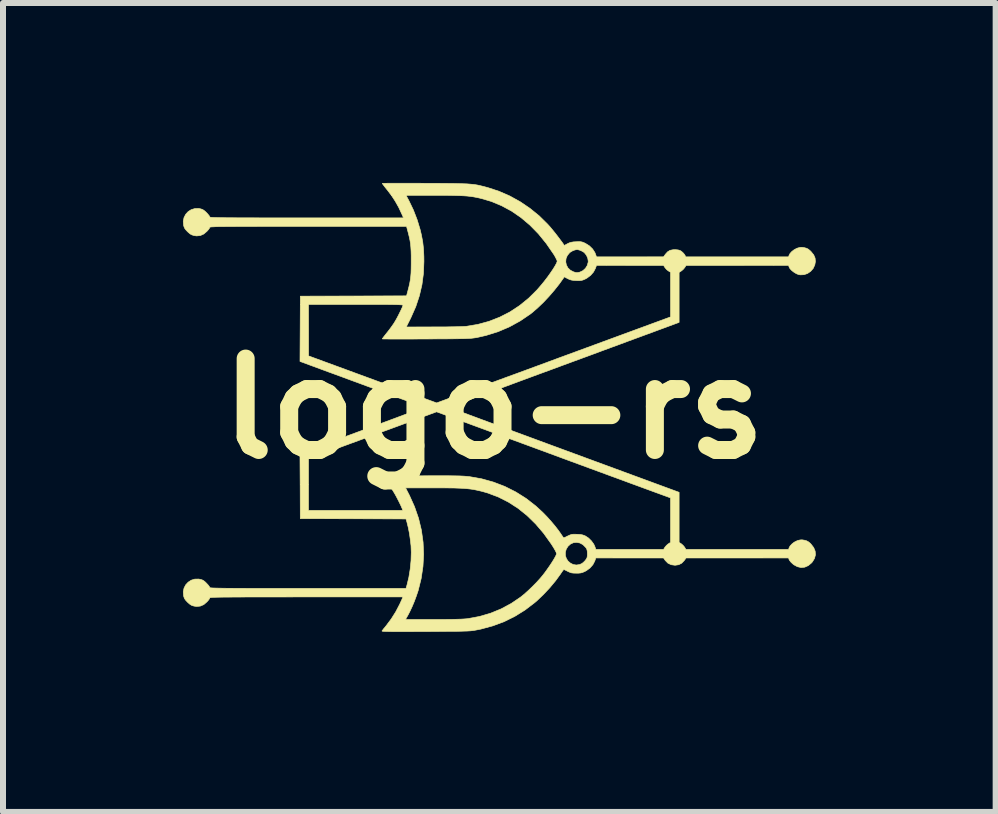
<source format=kicad_pcb>
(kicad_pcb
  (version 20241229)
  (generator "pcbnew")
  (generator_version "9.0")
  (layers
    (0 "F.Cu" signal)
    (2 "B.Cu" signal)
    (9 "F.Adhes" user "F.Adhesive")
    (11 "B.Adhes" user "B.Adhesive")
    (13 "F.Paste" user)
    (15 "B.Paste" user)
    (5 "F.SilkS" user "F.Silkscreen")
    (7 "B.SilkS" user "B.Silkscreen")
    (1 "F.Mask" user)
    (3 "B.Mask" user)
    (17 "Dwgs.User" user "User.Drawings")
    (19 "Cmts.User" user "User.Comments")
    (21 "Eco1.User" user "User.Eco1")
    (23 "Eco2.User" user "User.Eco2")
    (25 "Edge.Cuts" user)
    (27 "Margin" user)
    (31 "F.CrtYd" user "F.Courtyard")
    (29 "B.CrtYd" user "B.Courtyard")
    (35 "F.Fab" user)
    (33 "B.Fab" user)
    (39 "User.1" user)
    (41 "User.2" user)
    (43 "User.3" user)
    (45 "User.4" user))
  (footprint "logo-rs"
    (layer "F.Cu")
    (at 5.182 3.762)
    (property "Reference" "logo-rs" (at 0 0 0) (layer "F.SilkS") (effects (font (size 1.524 1.524) (thickness 0.3))))
    (attr through_hole)
    (fp_poly (pts (xy -1.454 -3.757) (xy -1.347 -3.757) (xy -1.232 -3.757) (xy -1.135 -3.756) (xy -0.991 -3.756) (xy -0.865 -3.755) (xy -0.755 -3.754) (xy -0.661 -3.753) (xy -0.58 -3.751) (xy -0.511 -3.749) (xy -0.451 -3.747) (xy -0.4 -3.743) (xy -0.355 -3.739) (xy -0.314 -3.734) (xy -0.276 -3.728) (xy -0.239 -3.72) (xy -0.202 -3.711) (xy -0.161 -3.701) (xy -0.117 -3.689) (xy -0.095 -3.683) (xy 0.087 -3.623) (xy 0.266 -3.545) (xy 0.438 -3.45) (xy 0.602 -3.339) (xy 0.755 -3.215) (xy 0.894 -3.078) (xy 0.935 -3.033) (xy 0.974 -2.986) (xy 1.019 -2.931) (xy 1.064 -2.873) (xy 1.106 -2.817) (xy 1.142 -2.769) (xy 1.159 -2.744) (xy 1.174 -2.72) (xy 1.23 -2.75) (xy 1.262 -2.765) (xy 1.294 -2.774) (xy 1.331 -2.78) (xy 1.375 -2.782) (xy 1.42 -2.784) (xy 1.452 -2.782) (xy 1.478 -2.776) (xy 1.506 -2.765) (xy 1.529 -2.754) (xy 1.594 -2.713) (xy 1.647 -2.661) (xy 1.685 -2.602) (xy 1.694 -2.579) (xy 1.712 -2.53) (xy 2.271 -2.53) (xy 2.83 -2.531) (xy 2.86 -2.573) (xy 2.897 -2.614) (xy 2.938 -2.639) (xy 2.988 -2.649) (xy 3.029 -2.65) (xy 3.071 -2.646) (xy 3.101 -2.638) (xy 3.127 -2.623) (xy 3.133 -2.618) (xy 3.16 -2.593) (xy 3.181 -2.567) (xy 3.185 -2.56) (xy 3.201 -2.53) (xy 4.915 -2.53) (xy 4.921 -2.554) (xy 4.938 -2.586) (xy 4.968 -2.619) (xy 5.007 -2.649) (xy 5.05 -2.672) (xy 5.068 -2.678) (xy 5.106 -2.688) (xy 5.138 -2.689) (xy 5.175 -2.684) (xy 5.181 -2.682) (xy 5.215 -2.673) (xy 5.243 -2.658) (xy 5.271 -2.635) (xy 5.29 -2.616) (xy 5.333 -2.563) (xy 5.356 -2.509) (xy 5.361 -2.451) (xy 5.351 -2.396) (xy 5.324 -2.337) (xy 5.282 -2.289) (xy 5.23 -2.253) (xy 5.171 -2.233) (xy 5.108 -2.23) (xy 5.08 -2.235) (xy 5.043 -2.25) (xy 5.003 -2.274) (xy 4.966 -2.303) (xy 4.937 -2.334) (xy 4.922 -2.362) (xy 4.921 -2.363) (xy 4.915 -2.388) (xy 4.06 -2.387) (xy 3.205 -2.387) (xy 3.183 -2.352) (xy 3.158 -2.322) (xy 3.128 -2.296) (xy 3.124 -2.294) (xy 3.089 -2.271) (xy 3.089 -1.854) (xy 3.089 -1.438) (xy 2.675 -1.285) (xy 2.617 -1.263) (xy 2.542 -1.236) (xy 2.45 -1.202) (xy 2.344 -1.163) (xy 2.224 -1.119) (xy 2.093 -1.07) (xy 1.951 -1.018) (xy 1.799 -0.962) (xy 1.641 -0.903) (xy 1.475 -0.842) (xy 1.306 -0.78) (xy 1.132 -0.716) (xy 0.957 -0.651) (xy 0.782 -0.587) (xy 0.76 -0.579) (xy 0.592 -0.517) (xy 0.43 -0.457) (xy 0.274 -0.399) (xy 0.125 -0.344) (xy -0.016 -0.292) (xy -0.147 -0.243) (xy -0.268 -0.199) (xy -0.377 -0.158) (xy -0.474 -0.122) (xy -0.558 -0.09) (xy -0.627 -0.064) (xy -0.681 -0.044) (xy -0.718 -0.03) (xy -0.738 -0.022) (xy -0.741 -0.02) (xy -0.732 -0.016) (xy -0.704 -0.006) (xy -0.66 0.011) (xy -0.598 0.034) (xy -0.522 0.063) (xy -0.431 0.097) (xy -0.326 0.136) (xy -0.208 0.18) (xy -0.078 0.228) (xy 0.062 0.28) (xy 0.213 0.335) (xy 0.372 0.394) (xy 0.54 0.456) (xy 0.716 0.521) (xy 0.897 0.588) (xy 1.085 0.657) (xy 1.174 0.69) (xy 3.089 1.395) (xy 3.089 1.813) (xy 3.089 2.23) (xy 3.125 2.253) (xy 3.154 2.278) (xy 3.179 2.308) (xy 3.182 2.312) (xy 3.202 2.347) (xy 4.915 2.347) (xy 4.921 2.323) (xy 4.938 2.291) (xy 4.968 2.258) (xy 5.007 2.227) (xy 5.05 2.205) (xy 5.068 2.198) (xy 5.106 2.189) (xy 5.138 2.187) (xy 5.175 2.193) (xy 5.181 2.194) (xy 5.215 2.204) (xy 5.243 2.219) (xy 5.272 2.242) (xy 5.289 2.26) (xy 5.333 2.317) (xy 5.357 2.376) (xy 5.362 2.437) (xy 5.346 2.497) (xy 5.311 2.555) (xy 5.295 2.573) (xy 5.242 2.617) (xy 5.183 2.643) (xy 5.122 2.649) (xy 5.061 2.635) (xy 5.002 2.603) (xy 4.979 2.584) (xy 4.951 2.557) (xy 4.931 2.531) (xy 4.921 2.514) (xy 4.915 2.489) (xy 4.06 2.49) (xy 3.205 2.49) (xy 3.175 2.532) (xy 3.133 2.576) (xy 3.083 2.602) (xy 3.023 2.611) (xy 3.02 2.611) (xy 2.956 2.602) (xy 2.902 2.576) (xy 2.86 2.533) (xy 2.857 2.53) (xy 2.83 2.49) (xy 2.266 2.49) (xy 1.701 2.489) (xy 1.683 2.541) (xy 1.652 2.601) (xy 1.605 2.655) (xy 1.546 2.699) (xy 1.519 2.714) (xy 1.482 2.73) (xy 1.45 2.739) (xy 1.412 2.743) (xy 1.376 2.743) (xy 1.33 2.742) (xy 1.296 2.738) (xy 1.266 2.728) (xy 1.233 2.713) (xy 1.202 2.697) (xy 1.178 2.686) (xy 1.167 2.682) (xy 1.159 2.69) (xy 1.143 2.711) (xy 1.122 2.741) (xy 1.116 2.751) (xy 1.031 2.868) (xy 0.933 2.986) (xy 0.826 3.1) (xy 0.716 3.205) (xy 0.678 3.237) (xy 0.518 3.359) (xy 0.35 3.463) (xy 0.172 3.551) (xy -0.016 3.621) (xy -0.215 3.675) (xy -0.29 3.69) (xy -0.312 3.694) (xy -0.334 3.698) (xy -0.357 3.701) (xy -0.383 3.704) (xy -0.413 3.706) (xy -0.45 3.708) (xy -0.494 3.709) (xy -0.547 3.711) (xy -0.611 3.712) (xy -0.688 3.713) (xy -0.779 3.713) (xy -0.885 3.714) (xy -1.009 3.715) (xy -1.136 3.716) (xy -1.28 3.716) (xy -1.404 3.717) (xy -1.51 3.717) (xy -1.6 3.717) (xy -1.674 3.717) (xy -1.734 3.716) (xy -1.781 3.715) (xy -1.816 3.714) (xy -1.84 3.713) (xy -1.856 3.711) (xy -1.863 3.708) (xy -1.864 3.706) (xy -1.854 3.693) (xy -1.835 3.668) (xy -1.809 3.637) (xy -1.793 3.617) (xy -1.717 3.515) (xy -1.472 3.515) (xy -1.008 3.515) (xy -0.881 3.515) (xy -0.773 3.514) (xy -0.682 3.513) (xy -0.606 3.511) (xy -0.544 3.509) (xy -0.493 3.506) (xy -0.453 3.503) (xy -0.435 3.501) (xy -0.241 3.465) (xy -0.055 3.411) (xy 0.123 3.338) (xy 0.292 3.247) (xy 0.444 3.144) (xy 0.505 3.095) (xy 0.573 3.034) (xy 0.643 2.967) (xy 0.712 2.897) (xy 0.773 2.83) (xy 0.808 2.788) (xy 0.849 2.736) (xy 0.89 2.679) (xy 0.93 2.622) (xy 0.967 2.566) (xy 0.999 2.515) (xy 1.024 2.471) (xy 1.04 2.438) (xy 1.046 2.418) (xy 1.046 2.418) (xy 1.041 2.398) (xy 1.04 2.397) (xy 1.192 2.397) (xy 1.194 2.451) (xy 1.21 2.5) (xy 1.239 2.543) (xy 1.278 2.576) (xy 1.324 2.599) (xy 1.375 2.607) (xy 1.428 2.6) (xy 1.467 2.583) (xy 1.492 2.564) (xy 1.519 2.537) (xy 1.528 2.526) (xy 1.545 2.503) (xy 1.555 2.481) (xy 1.559 2.453) (xy 1.56 2.419) (xy 1.558 2.379) (xy 1.553 2.352) (xy 1.543 2.329) (xy 1.53 2.312) (xy 1.486 2.268) (xy 1.435 2.24) (xy 1.381 2.23) (xy 1.328 2.235) (xy 1.279 2.257) (xy 1.237 2.295) (xy 1.208 2.341) (xy 1.192 2.397) (xy 1.04 2.397) (xy 1.023 2.363) (xy 0.996 2.316) (xy 0.959 2.258) (xy 0.957 2.255) (xy 0.831 2.079) (xy 0.697 1.922) (xy 0.554 1.782) (xy 0.403 1.661) (xy 0.243 1.558) (xy 0.075 1.473) (xy -0.1 1.407) (xy -0.19 1.381) (xy -0.244 1.368) (xy -0.294 1.357) (xy -0.344 1.347) (xy -0.395 1.34) (xy -0.45 1.334) (xy -0.511 1.329) (xy -0.581 1.326) (xy -0.661 1.323) (xy -0.754 1.322) (xy -0.863 1.321) (xy -0.99 1.321) (xy -1.005 1.321) (xy -1.471 1.321) (xy -1.407 1.445) (xy -1.322 1.634) (xy -1.255 1.827) (xy -1.207 2.026) (xy -1.179 2.227) (xy -1.17 2.429) (xy -1.181 2.631) (xy -1.211 2.832) (xy -1.26 3.03) (xy -1.261 3.033) (xy -1.291 3.122) (xy -1.325 3.214) (xy -1.363 3.304) (xy -1.401 3.385) (xy -1.428 3.437) (xy -1.472 3.515) (xy -1.717 3.515) (xy -1.712 3.509) (xy -1.636 3.389) (xy -1.569 3.261) (xy -1.531 3.178) (xy -1.515 3.139) (xy -3.125 3.139) (xy -3.338 3.139) (xy -3.531 3.14) (xy -3.706 3.14) (xy -3.864 3.14) (xy -4.005 3.14) (xy -4.13 3.14) (xy -4.24 3.141) (xy -4.336 3.141) (xy -4.419 3.142) (xy -4.49 3.142) (xy -4.55 3.143) (xy -4.6 3.144) (xy -4.64 3.145) (xy -4.671 3.146) (xy -4.696 3.147) (xy -4.713 3.149) (xy -4.725 3.15) (xy -4.731 3.152) (xy -4.734 3.154) (xy -4.735 3.155) (xy -4.741 3.17) (xy -4.758 3.194) (xy -4.782 3.221) (xy -4.835 3.267) (xy -4.893 3.292) (xy -4.955 3.298) (xy -4.997 3.292) (xy -5.032 3.282) (xy -5.062 3.265) (xy -5.094 3.238) (xy -5.106 3.227) (xy -5.136 3.195) (xy -5.155 3.168) (xy -5.167 3.138) (xy -5.172 3.118) (xy -5.177 3.053) (xy -5.164 2.991) (xy -5.136 2.937) (xy -5.095 2.893) (xy -5.044 2.86) (xy -4.985 2.842) (xy -4.921 2.841) (xy -4.898 2.845) (xy -4.864 2.854) (xy -4.837 2.868) (xy -4.809 2.891) (xy -4.788 2.912) (xy -4.762 2.94) (xy -4.743 2.965) (xy -4.735 2.981) (xy -4.735 2.982) (xy -4.733 2.984) (xy -4.728 2.986) (xy -4.718 2.987) (xy -4.702 2.989) (xy -4.68 2.99) (xy -4.651 2.991) (xy -4.614 2.992) (xy -4.567 2.993) (xy -4.51 2.994) (xy -4.443 2.995) (xy -4.363 2.995) (xy -4.271 2.996) (xy -4.166 2.996) (xy -4.045 2.997) (xy -3.909 2.997) (xy -3.757 2.997) (xy -3.588 2.997) (xy -3.401 2.997) (xy -3.194 2.997) (xy -3.1 2.997) (xy -1.464 2.997) (xy -1.447 2.939) (xy -1.416 2.811) (xy -1.394 2.674) (xy -1.38 2.533) (xy -1.376 2.395) (xy -1.38 2.288) (xy -1.392 2.184) (xy -1.407 2.08) (xy -1.426 1.983) (xy -1.447 1.899) (xy -1.447 1.897) (xy -1.464 1.839) (xy -2.345 1.836) (xy -3.226 1.834) (xy -3.228 1.29) (xy -3.231 0.838) (xy -3.089 0.838) (xy -3.089 1.267) (xy -3.089 1.697) (xy -1.515 1.697) (xy -1.531 1.659) (xy -1.552 1.611) (xy -1.58 1.554) (xy -1.611 1.493) (xy -1.642 1.435) (xy -1.671 1.386) (xy -1.689 1.357) (xy -1.714 1.322) (xy -1.747 1.278) (xy -1.783 1.233) (xy -1.802 1.209) (xy -1.873 1.123) (xy -1.208 1.12) (xy -1.07 1.119) (xy -0.951 1.119) (xy -0.848 1.119) (xy -0.761 1.119) (xy -0.687 1.12) (xy -0.624 1.121) (xy -0.572 1.122) (xy -0.527 1.124) (xy -0.489 1.126) (xy -0.456 1.129) (xy -0.425 1.132) (xy -0.411 1.133) (xy -0.206 1.169) (xy -0.008 1.224) (xy 0.183 1.297) (xy 0.366 1.389) (xy 0.539 1.498) (xy 0.702 1.625) (xy 0.818 1.732) (xy 0.886 1.802) (xy 0.955 1.879) (xy 1.02 1.956) (xy 1.077 2.03) (xy 1.123 2.095) (xy 1.126 2.101) (xy 1.145 2.128) (xy 1.159 2.148) (xy 1.166 2.154) (xy 1.177 2.15) (xy 1.201 2.139) (xy 1.233 2.123) (xy 1.235 2.122) (xy 1.268 2.107) (xy 1.294 2.098) (xy 1.322 2.094) (xy 1.358 2.094) (xy 1.389 2.095) (xy 1.441 2.098) (xy 1.48 2.105) (xy 1.513 2.117) (xy 1.527 2.123) (xy 1.58 2.158) (xy 1.628 2.206) (xy 1.666 2.259) (xy 1.683 2.295) (xy 1.701 2.347) (xy 2.266 2.347) (xy 2.83 2.347) (xy 2.852 2.311) (xy 2.877 2.281) (xy 2.907 2.255) (xy 2.911 2.253) (xy 2.946 2.23) (xy 2.946 1.859) (xy 2.946 1.488) (xy 2.588 1.357) (xy 2.539 1.339) (xy 2.471 1.314) (xy 2.387 1.283) (xy 2.288 1.247) (xy 2.175 1.205) (xy 2.05 1.159) (xy 1.913 1.109) (xy 1.767 1.055) (xy 1.611 0.998) (xy 1.449 0.938) (xy 1.28 0.876) (xy 1.107 0.812) (xy 0.931 0.747) (xy 0.752 0.681) (xy 0.638 0.639) (xy -0.954 0.053) (xy -1.607 0.294) (xy -1.732 0.34) (xy -1.863 0.388) (xy -1.997 0.437) (xy -2.13 0.486) (xy -2.26 0.534) (xy -2.383 0.579) (xy -2.497 0.621) (xy -2.597 0.658) (xy -2.675 0.686) (xy -3.089 0.838) (xy -3.231 0.838) (xy -3.231 0.745) (xy -2.2 0.365) (xy -2.061 0.314) (xy -1.928 0.265) (xy -1.802 0.218) (xy -1.683 0.174) (xy -1.574 0.133) (xy -1.475 0.096) (xy -1.388 0.064) (xy -1.313 0.036) (xy -1.253 0.013) (xy -1.208 -0.005) (xy -1.179 -0.016) (xy -1.168 -0.021) (xy -1.168 -0.021) (xy -1.178 -0.025) (xy -1.204 -0.036) (xy -1.247 -0.052) (xy -1.303 -0.074) (xy -1.372 -0.1) (xy -1.451 -0.13) (xy -1.539 -0.162) (xy -1.634 -0.198) (xy -1.709 -0.226) (xy -1.831 -0.271) (xy -1.964 -0.32) (xy -2.105 -0.372) (xy -2.248 -0.425) (xy -2.39 -0.477) (xy -2.525 -0.527) (xy -2.65 -0.573) (xy -2.741 -0.606) (xy -3.231 -0.787) (xy -3.228 -1.331) (xy -3.226 -1.737) (xy -3.089 -1.737) (xy -3.088 -1.308) (xy -3.088 -0.879) (xy -0.953 -0.095) (xy -0.758 -0.167) (xy -0.727 -0.178) (xy -0.679 -0.195) (xy -0.614 -0.219) (xy -0.534 -0.249) (xy -0.438 -0.284) (xy -0.329 -0.324) (xy -0.207 -0.369) (xy -0.074 -0.418) (xy 0.07 -0.471) (xy 0.222 -0.527) (xy 0.384 -0.586) (xy 0.552 -0.648) (xy 0.726 -0.712) (xy 0.905 -0.778) (xy 1.088 -0.846) (xy 1.192 -0.884) (xy 2.946 -1.529) (xy 2.946 -1.901) (xy 2.946 -2.274) (xy 2.911 -2.295) (xy 2.882 -2.317) (xy 2.856 -2.347) (xy 2.853 -2.351) (xy 2.83 -2.387) (xy 2.271 -2.387) (xy 1.712 -2.388) (xy 1.694 -2.338) (xy 1.662 -2.277) (xy 1.614 -2.222) (xy 1.554 -2.177) (xy 1.529 -2.163) (xy 1.496 -2.148) (xy 1.469 -2.139) (xy 1.442 -2.135) (xy 1.406 -2.134) (xy 1.375 -2.135) (xy 1.326 -2.138) (xy 1.29 -2.144) (xy 1.259 -2.154) (xy 1.23 -2.168) (xy 1.174 -2.197) (xy 1.159 -2.173) (xy 1.089 -2.075) (xy 1.008 -1.973) (xy 0.92 -1.871) (xy 0.828 -1.773) (xy 0.735 -1.684) (xy 0.647 -1.607) (xy 0.609 -1.577) (xy 0.438 -1.461) (xy 0.259 -1.363) (xy 0.069 -1.282) (xy -0.13 -1.22) (xy -0.279 -1.186) (xy -0.302 -1.182) (xy -0.324 -1.179) (xy -0.347 -1.176) (xy -0.373 -1.173) (xy -0.404 -1.171) (xy -0.44 -1.169) (xy -0.485 -1.167) (xy -0.539 -1.166) (xy -0.604 -1.165) (xy -0.681 -1.164) (xy -0.772 -1.163) (xy -0.88 -1.163) (xy -1.004 -1.162) (xy -1.125 -1.161) (xy -1.245 -1.161) (xy -1.359 -1.16) (xy -1.466 -1.16) (xy -1.563 -1.16) (xy -1.649 -1.16) (xy -1.722 -1.16) (xy -1.782 -1.161) (xy -1.825 -1.161) (xy -1.852 -1.162) (xy -1.859 -1.163) (xy -1.853 -1.173) (xy -1.837 -1.195) (xy -1.812 -1.227) (xy -1.782 -1.265) (xy -1.775 -1.273) (xy -1.738 -1.321) (xy -1.7 -1.373) (xy -1.666 -1.422) (xy -1.644 -1.458) (xy -1.62 -1.5) (xy -1.595 -1.547) (xy -1.571 -1.595) (xy -1.548 -1.642) (xy -1.53 -1.681) (xy -1.518 -1.711) (xy -1.514 -1.726) (xy -1.52 -1.728) (xy -1.541 -1.73) (xy -1.575 -1.732) (xy -1.625 -1.734) (xy -1.691 -1.735) (xy -1.773 -1.736) (xy -1.872 -1.736) (xy -1.99 -1.737) (xy -2.126 -1.737) (xy -2.282 -1.737) (xy -2.301 -1.737) (xy -3.089 -1.737) (xy -3.226 -1.737) (xy -3.226 -1.875) (xy -2.34 -1.877) (xy -1.455 -1.88) (xy -1.434 -1.958) (xy -1.416 -2.028) (xy -1.402 -2.089) (xy -1.392 -2.145) (xy -1.385 -2.202) (xy -1.38 -2.262) (xy -1.378 -2.332) (xy -1.377 -2.415) (xy -1.377 -2.459) (xy -1.377 -2.55) (xy -1.379 -2.625) (xy -1.383 -2.689) (xy -1.388 -2.747) (xy -1.397 -2.802) (xy -1.409 -2.86) (xy -1.425 -2.925) (xy -1.434 -2.959) (xy -1.455 -3.038) (xy -3.095 -3.038) (xy -3.31 -3.038) (xy -3.505 -3.038) (xy -3.683 -3.038) (xy -3.842 -3.038) (xy -3.985 -3.037) (xy -4.112 -3.037) (xy -4.224 -3.037) (xy -4.322 -3.036) (xy -4.407 -3.036) (xy -4.48 -3.035) (xy -4.541 -3.034) (xy -4.592 -3.034) (xy -4.634 -3.033) (xy -4.667 -3.031) (xy -4.692 -3.03) (xy -4.71 -3.029) (xy -4.723 -3.027) (xy -4.731 -3.025) (xy -4.734 -3.023) (xy -4.735 -3.022) (xy -4.741 -3.007) (xy -4.758 -2.983) (xy -4.782 -2.956) (xy -4.835 -2.911) (xy -4.893 -2.885) (xy -4.955 -2.879) (xy -4.997 -2.885) (xy -5.032 -2.896) (xy -5.062 -2.912) (xy -5.094 -2.939) (xy -5.106 -2.95) (xy -5.136 -2.982) (xy -5.155 -3.009) (xy -5.167 -3.039) (xy -5.172 -3.059) (xy -5.177 -3.125) (xy -5.164 -3.186) (xy -5.136 -3.24) (xy -5.095 -3.285) (xy -5.044 -3.317) (xy -4.985 -3.335) (xy -4.921 -3.337) (xy -4.898 -3.333) (xy -4.864 -3.323) (xy -4.837 -3.309) (xy -4.809 -3.286) (xy -4.788 -3.266) (xy -4.762 -3.237) (xy -4.743 -3.213) (xy -4.735 -3.197) (xy -4.735 -3.196) (xy -4.733 -3.193) (xy -4.728 -3.192) (xy -4.718 -3.19) (xy -4.702 -3.188) (xy -4.68 -3.187) (xy -4.651 -3.186) (xy -4.613 -3.185) (xy -4.567 -3.184) (xy -4.51 -3.183) (xy -4.442 -3.182) (xy -4.362 -3.182) (xy -4.27 -3.181) (xy -4.163 -3.181) (xy -4.043 -3.181) (xy -3.906 -3.18) (xy -3.753 -3.18) (xy -3.583 -3.18) (xy -3.395 -3.18) (xy -3.188 -3.18) (xy -3.12 -3.18) (xy -1.505 -3.18) (xy -1.53 -3.236) (xy -1.585 -3.354) (xy -1.643 -3.457) (xy -1.706 -3.554) (xy -1.708 -3.556) (xy -1.463 -3.556) (xy -1.413 -3.462) (xy -1.341 -3.312) (xy -1.278 -3.149) (xy -1.227 -2.981) (xy -1.206 -2.891) (xy -1.185 -2.779) (xy -1.172 -2.663) (xy -1.166 -2.538) (xy -1.165 -2.454) (xy -1.173 -2.255) (xy -1.198 -2.065) (xy -1.241 -1.881) (xy -1.301 -1.7) (xy -1.381 -1.519) (xy -1.392 -1.496) (xy -1.46 -1.361) (xy -1.007 -1.362) (xy -0.909 -1.362) (xy -0.814 -1.362) (xy -0.725 -1.364) (xy -0.644 -1.365) (xy -0.574 -1.367) (xy -0.517 -1.369) (xy -0.477 -1.371) (xy -0.462 -1.372) (xy -0.267 -1.404) (xy -0.08 -1.455) (xy 0.099 -1.525) (xy 0.269 -1.612) (xy 0.43 -1.718) (xy 0.581 -1.841) (xy 0.722 -1.981) (xy 0.797 -2.068) (xy 0.851 -2.135) (xy 0.902 -2.202) (xy 0.948 -2.267) (xy 0.988 -2.326) (xy 1.02 -2.378) (xy 1.043 -2.42) (xy 1.054 -2.447) (xy 1.199 -2.447) (xy 1.21 -2.394) (xy 1.236 -2.346) (xy 1.277 -2.307) (xy 1.327 -2.281) (xy 1.362 -2.27) (xy 1.388 -2.267) (xy 1.418 -2.272) (xy 1.435 -2.276) (xy 1.485 -2.3) (xy 1.528 -2.339) (xy 1.558 -2.387) (xy 1.573 -2.441) (xy 1.574 -2.459) (xy 1.566 -2.508) (xy 1.544 -2.557) (xy 1.511 -2.598) (xy 1.505 -2.604) (xy 1.473 -2.624) (xy 1.434 -2.641) (xy 1.398 -2.651) (xy 1.387 -2.652) (xy 1.351 -2.645) (xy 1.31 -2.629) (xy 1.272 -2.606) (xy 1.263 -2.598) (xy 1.225 -2.552) (xy 1.204 -2.501) (xy 1.199 -2.447) (xy 1.054 -2.447) (xy 1.055 -2.45) (xy 1.057 -2.459) (xy 1.051 -2.476) (xy 1.037 -2.505) (xy 1.017 -2.543) (xy 0.996 -2.577) (xy 0.874 -2.754) (xy 0.743 -2.915) (xy 0.602 -3.059) (xy 0.453 -3.185) (xy 0.296 -3.293) (xy 0.131 -3.382) (xy -0.042 -3.454) (xy -0.194 -3.499) (xy -0.246 -3.512) (xy -0.294 -3.522) (xy -0.342 -3.531) (xy -0.392 -3.538) (xy -0.445 -3.544) (xy -0.505 -3.548) (xy -0.573 -3.551) (xy -0.652 -3.553) (xy -0.745 -3.555) (xy -0.853 -3.556) (xy -0.978 -3.556) (xy -0.993 -3.556) (xy -1.463 -3.556) (xy -1.708 -3.556) (xy -1.779 -3.649) (xy -1.779 -3.649) (xy -1.81 -3.687) (xy -1.835 -3.72) (xy -1.852 -3.743) (xy -1.859 -3.754) (xy -1.859 -3.754) (xy -1.849 -3.755) (xy -1.821 -3.756) (xy -1.775 -3.757) (xy -1.714 -3.757) (xy -1.639 -3.757) (xy -1.552 -3.757) (xy -1.454 -3.757)) (stroke (width 0.01) (type solid)) (fill yes) (layer "F.SilkS")))
  (gr_rect
    (start -3 -3)
    (end 13.548 10.485)
    (stroke (width 0.1) (type default))
    (fill no)
    (layer "Edge.Cuts")))
</source>
